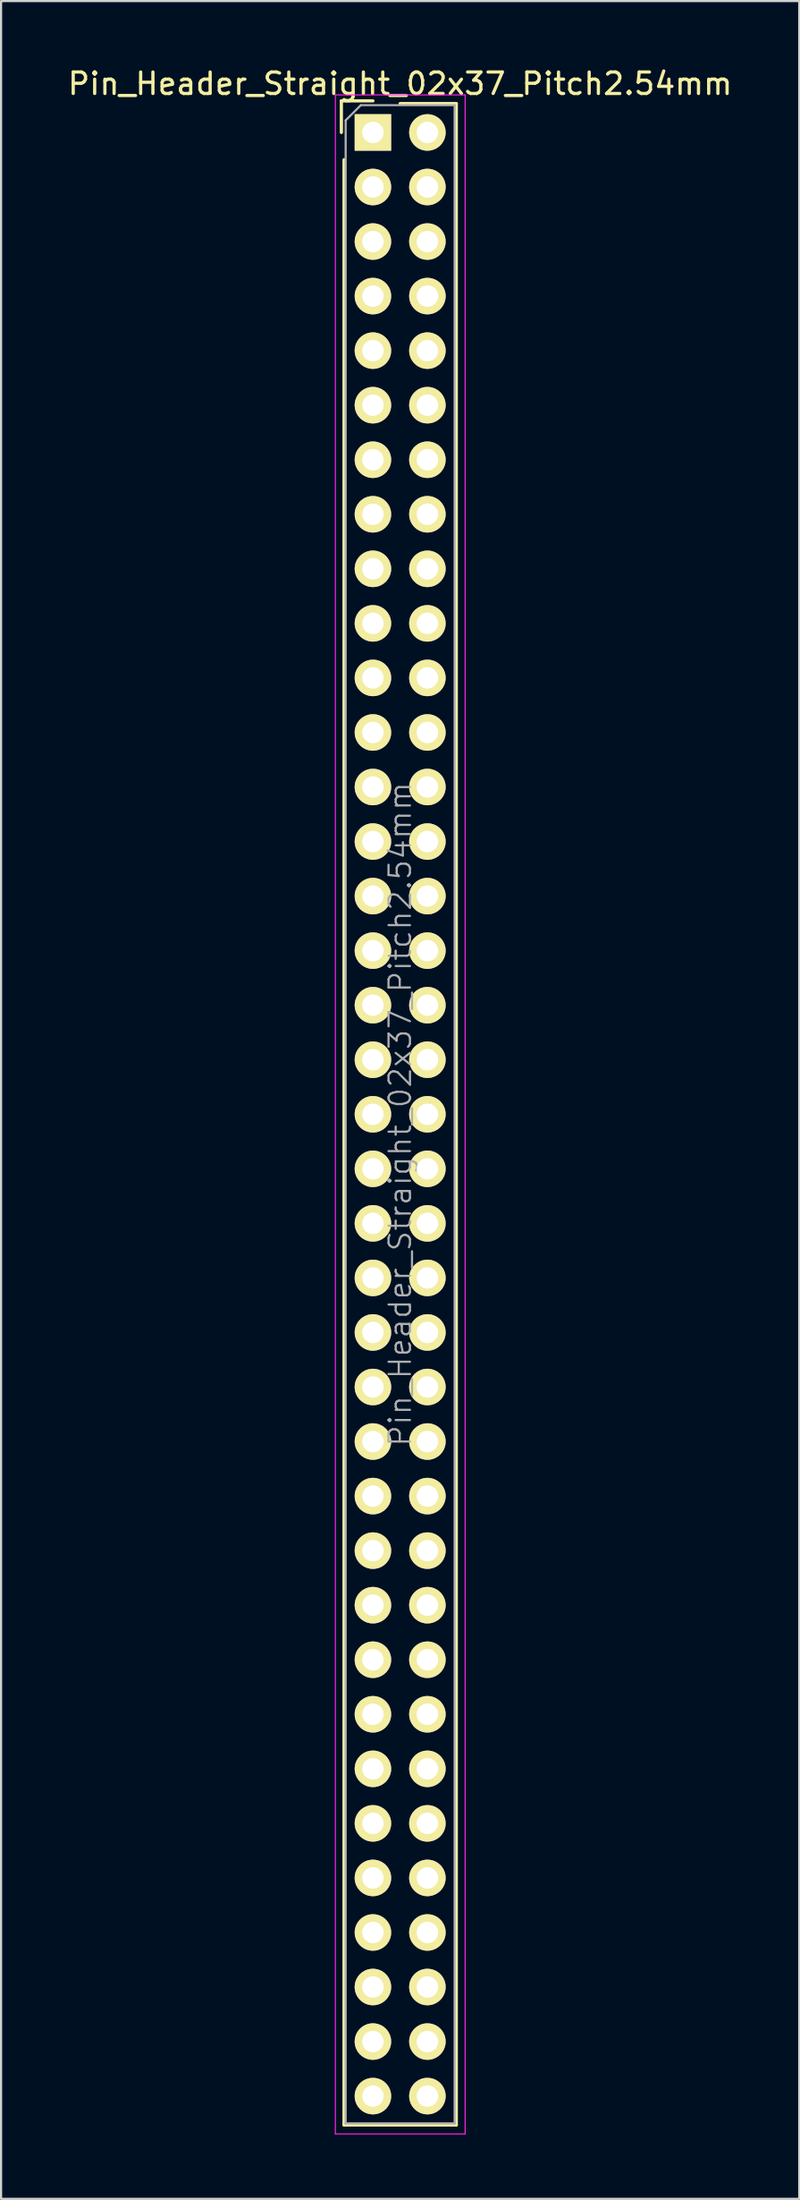
<source format=kicad_pcb>
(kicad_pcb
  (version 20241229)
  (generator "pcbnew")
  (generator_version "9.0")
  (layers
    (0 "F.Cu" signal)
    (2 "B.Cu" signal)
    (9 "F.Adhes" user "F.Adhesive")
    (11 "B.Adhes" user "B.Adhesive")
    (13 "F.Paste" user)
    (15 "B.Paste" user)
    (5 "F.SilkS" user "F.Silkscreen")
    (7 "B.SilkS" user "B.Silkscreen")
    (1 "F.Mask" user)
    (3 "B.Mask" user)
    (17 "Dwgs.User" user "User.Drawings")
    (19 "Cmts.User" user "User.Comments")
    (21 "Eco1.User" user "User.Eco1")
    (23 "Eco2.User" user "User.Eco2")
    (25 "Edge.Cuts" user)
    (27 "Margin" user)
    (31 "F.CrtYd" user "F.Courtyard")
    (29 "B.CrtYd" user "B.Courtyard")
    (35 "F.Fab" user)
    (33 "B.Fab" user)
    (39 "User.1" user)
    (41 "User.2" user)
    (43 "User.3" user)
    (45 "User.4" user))
  (footprint "Pin_Header_Straight_02x37_Pitch2.54mm"
    (layer "F.Cu")
    (at 14.331 3.118)
    (property "Reference" "Pin_Header_Straight_02x37_Pitch2.54mm" (at 1.27 -2.27 0) (layer "F.SilkS") (effects (font (size 1 1) (thickness 0.15))))
    (attr smd)
    (fp_line (start -1.47 -1.47) (end -1.47 0) (stroke (width 0.15) (type solid)) (layer "F.SilkS"))
    (fp_line (start -1.47 -1.47) (end 0 -1.47) (stroke (width 0.15) (type solid)) (layer "F.SilkS"))
    (fp_line (start -1.345 1.27) (end -1.345 92.785) (stroke (width 0.15) (type solid)) (layer "F.SilkS"))
    (fp_line (start -1.345 92.785) (end 3.885 92.785) (stroke (width 0.15) (type solid)) (layer "F.SilkS"))
    (fp_line (start 1.27 -1.345) (end 3.885 -1.345) (stroke (width 0.15) (type solid)) (layer "F.SilkS"))
    (fp_line (start 3.885 -1.345) (end 3.885 92.785) (stroke (width 0.15) (type solid)) (layer "F.SilkS"))
    (fp_line (start -1.75 -1.75) (end -1.75 93.2) (stroke (width 0.05) (type solid)) (layer "F.CrtYd"))
    (fp_line (start 4.3 -1.75) (end -1.75 -1.75) (stroke (width 0.05) (type solid)) (layer "F.CrtYd"))
    (fp_line (start 4.3 -1.75) (end 4.3 93.2) (stroke (width 0.05) (type solid)) (layer "F.CrtYd"))
    (fp_line (start 4.3 93.2) (end -1.75 93.2) (stroke (width 0.05) (type solid)) (layer "F.CrtYd"))
    (fp_line (start -1.27 -0.563) (end -0.563 -1.27) (stroke (width 0.1) (type solid)) (layer "F.Fab"))
    (fp_line (start -1.27 92.71) (end -1.27 -0.563) (stroke (width 0.1) (type solid)) (layer "F.Fab"))
    (fp_line (start 3.81 -1.27) (end -0.563 -1.27) (stroke (width 0.1) (type solid)) (layer "F.Fab"))
    (fp_line (start 3.81 92.71) (end -1.27 92.71) (stroke (width 0.1) (type solid)) (layer "F.Fab"))
    (fp_line (start 3.81 92.71) (end 3.81 -1.27) (stroke (width 0.1) (type solid)) (layer "F.Fab"))
    (fp_text user "${REFERENCE}" (at 1.27 45.72 90) (layer "F.Fab") (effects (font (size 1 1) (thickness 0.1))))
    (pad "1" thru_hole rect (at 0 0) (size 1.7 1.7) (drill 1) (layers "*.Cu" "*.Mask" "F.SilkS"))
    (pad "2" thru_hole oval (at 2.54 0) (size 1.7 1.7) (drill 1) (layers "*.Cu" "*.Mask" "F.SilkS"))
    (pad "3" thru_hole oval (at 0 2.54) (size 1.7 1.7) (drill 1) (layers "*.Cu" "*.Mask" "F.SilkS"))
    (pad "4" thru_hole oval (at 2.54 2.54) (size 1.7 1.7) (drill 1) (layers "*.Cu" "*.Mask" "F.SilkS"))
    (pad "5" thru_hole oval (at 0 5.08) (size 1.7 1.7) (drill 1) (layers "*.Cu" "*.Mask" "F.SilkS"))
    (pad "6" thru_hole oval (at 2.54 5.08) (size 1.7 1.7) (drill 1) (layers "*.Cu" "*.Mask" "F.SilkS"))
    (pad "7" thru_hole oval (at 0 7.62) (size 1.7 1.7) (drill 1) (layers "*.Cu" "*.Mask" "F.SilkS"))
    (pad "8" thru_hole oval (at 2.54 7.62) (size 1.7 1.7) (drill 1) (layers "*.Cu" "*.Mask" "F.SilkS"))
    (pad "9" thru_hole oval (at 0 10.16) (size 1.7 1.7) (drill 1) (layers "*.Cu" "*.Mask" "F.SilkS"))
    (pad "10" thru_hole oval (at 2.54 10.16) (size 1.7 1.7) (drill 1) (layers "*.Cu" "*.Mask" "F.SilkS"))
    (pad "11" thru_hole oval (at 0 12.7) (size 1.7 1.7) (drill 1) (layers "*.Cu" "*.Mask" "F.SilkS"))
    (pad "12" thru_hole oval (at 2.54 12.7) (size 1.7 1.7) (drill 1) (layers "*.Cu" "*.Mask" "F.SilkS"))
    (pad "13" thru_hole oval (at 0 15.24) (size 1.7 1.7) (drill 1) (layers "*.Cu" "*.Mask" "F.SilkS"))
    (pad "14" thru_hole oval (at 2.54 15.24) (size 1.7 1.7) (drill 1) (layers "*.Cu" "*.Mask" "F.SilkS"))
    (pad "15" thru_hole oval (at 0 17.78) (size 1.7 1.7) (drill 1) (layers "*.Cu" "*.Mask" "F.SilkS"))
    (pad "16" thru_hole oval (at 2.54 17.78) (size 1.7 1.7) (drill 1) (layers "*.Cu" "*.Mask" "F.SilkS"))
    (pad "17" thru_hole oval (at 0 20.32) (size 1.7 1.7) (drill 1) (layers "*.Cu" "*.Mask" "F.SilkS"))
    (pad "18" thru_hole oval (at 2.54 20.32) (size 1.7 1.7) (drill 1) (layers "*.Cu" "*.Mask" "F.SilkS"))
    (pad "19" thru_hole oval (at 0 22.86) (size 1.7 1.7) (drill 1) (layers "*.Cu" "*.Mask" "F.SilkS"))
    (pad "20" thru_hole oval (at 2.54 22.86) (size 1.7 1.7) (drill 1) (layers "*.Cu" "*.Mask" "F.SilkS"))
    (pad "21" thru_hole oval (at 0 25.4) (size 1.7 1.7) (drill 1) (layers "*.Cu" "*.Mask" "F.SilkS"))
    (pad "22" thru_hole oval (at 2.54 25.4) (size 1.7 1.7) (drill 1) (layers "*.Cu" "*.Mask" "F.SilkS"))
    (pad "23" thru_hole oval (at 0 27.94) (size 1.7 1.7) (drill 1) (layers "*.Cu" "*.Mask" "F.SilkS"))
    (pad "24" thru_hole oval (at 2.54 27.94) (size 1.7 1.7) (drill 1) (layers "*.Cu" "*.Mask" "F.SilkS"))
    (pad "25" thru_hole oval (at 0 30.48) (size 1.7 1.7) (drill 1) (layers "*.Cu" "*.Mask" "F.SilkS"))
    (pad "26" thru_hole oval (at 2.54 30.48) (size 1.7 1.7) (drill 1) (layers "*.Cu" "*.Mask" "F.SilkS"))
    (pad "27" thru_hole oval (at 0 33.02) (size 1.7 1.7) (drill 1) (layers "*.Cu" "*.Mask" "F.SilkS"))
    (pad "28" thru_hole oval (at 2.54 33.02) (size 1.7 1.7) (drill 1) (layers "*.Cu" "*.Mask" "F.SilkS"))
    (pad "29" thru_hole oval (at 0 35.56) (size 1.7 1.7) (drill 1) (layers "*.Cu" "*.Mask" "F.SilkS"))
    (pad "30" thru_hole oval (at 2.54 35.56) (size 1.7 1.7) (drill 1) (layers "*.Cu" "*.Mask" "F.SilkS"))
    (pad "31" thru_hole oval (at 0 38.1) (size 1.7 1.7) (drill 1) (layers "*.Cu" "*.Mask" "F.SilkS"))
    (pad "32" thru_hole oval (at 2.54 38.1) (size 1.7 1.7) (drill 1) (layers "*.Cu" "*.Mask" "F.SilkS"))
    (pad "33" thru_hole oval (at 0 40.64) (size 1.7 1.7) (drill 1) (layers "*.Cu" "*.Mask" "F.SilkS"))
    (pad "34" thru_hole oval (at 2.54 40.64) (size 1.7 1.7) (drill 1) (layers "*.Cu" "*.Mask" "F.SilkS"))
    (pad "35" thru_hole oval (at 0 43.18) (size 1.7 1.7) (drill 1) (layers "*.Cu" "*.Mask" "F.SilkS"))
    (pad "36" thru_hole oval (at 2.54 43.18) (size 1.7 1.7) (drill 1) (layers "*.Cu" "*.Mask" "F.SilkS"))
    (pad "37" thru_hole oval (at 0 45.72) (size 1.7 1.7) (drill 1) (layers "*.Cu" "*.Mask" "F.SilkS"))
    (pad "38" thru_hole oval (at 2.54 45.72) (size 1.7 1.7) (drill 1) (layers "*.Cu" "*.Mask" "F.SilkS"))
    (pad "39" thru_hole oval (at 0 48.26) (size 1.7 1.7) (drill 1) (layers "*.Cu" "*.Mask" "F.SilkS"))
    (pad "40" thru_hole oval (at 2.54 48.26) (size 1.7 1.7) (drill 1) (layers "*.Cu" "*.Mask" "F.SilkS"))
    (pad "41" thru_hole oval (at 0 50.8) (size 1.7 1.7) (drill 1) (layers "*.Cu" "*.Mask" "F.SilkS"))
    (pad "42" thru_hole oval (at 2.54 50.8) (size 1.7 1.7) (drill 1) (layers "*.Cu" "*.Mask" "F.SilkS"))
    (pad "43" thru_hole oval (at 0 53.34) (size 1.7 1.7) (drill 1) (layers "*.Cu" "*.Mask" "F.SilkS"))
    (pad "44" thru_hole oval (at 2.54 53.34) (size 1.7 1.7) (drill 1) (layers "*.Cu" "*.Mask" "F.SilkS"))
    (pad "45" thru_hole oval (at 0 55.88) (size 1.7 1.7) (drill 1) (layers "*.Cu" "*.Mask" "F.SilkS"))
    (pad "46" thru_hole oval (at 2.54 55.88) (size 1.7 1.7) (drill 1) (layers "*.Cu" "*.Mask" "F.SilkS"))
    (pad "47" thru_hole oval (at 0 58.42) (size 1.7 1.7) (drill 1) (layers "*.Cu" "*.Mask" "F.SilkS"))
    (pad "48" thru_hole oval (at 2.54 58.42) (size 1.7 1.7) (drill 1) (layers "*.Cu" "*.Mask" "F.SilkS"))
    (pad "49" thru_hole oval (at 0 60.96) (size 1.7 1.7) (drill 1) (layers "*.Cu" "*.Mask" "F.SilkS"))
    (pad "50" thru_hole oval (at 2.54 60.96) (size 1.7 1.7) (drill 1) (layers "*.Cu" "*.Mask" "F.SilkS"))
    (pad "51" thru_hole oval (at 0 63.5) (size 1.7 1.7) (drill 1) (layers "*.Cu" "*.Mask" "F.SilkS"))
    (pad "52" thru_hole oval (at 2.54 63.5) (size 1.7 1.7) (drill 1) (layers "*.Cu" "*.Mask" "F.SilkS"))
    (pad "53" thru_hole oval (at 0 66.04) (size 1.7 1.7) (drill 1) (layers "*.Cu" "*.Mask" "F.SilkS"))
    (pad "54" thru_hole oval (at 2.54 66.04) (size 1.7 1.7) (drill 1) (layers "*.Cu" "*.Mask" "F.SilkS"))
    (pad "55" thru_hole oval (at 0 68.58) (size 1.7 1.7) (drill 1) (layers "*.Cu" "*.Mask" "F.SilkS"))
    (pad "56" thru_hole oval (at 2.54 68.58) (size 1.7 1.7) (drill 1) (layers "*.Cu" "*.Mask" "F.SilkS"))
    (pad "57" thru_hole oval (at 0 71.12) (size 1.7 1.7) (drill 1) (layers "*.Cu" "*.Mask" "F.SilkS"))
    (pad "58" thru_hole oval (at 2.54 71.12) (size 1.7 1.7) (drill 1) (layers "*.Cu" "*.Mask" "F.SilkS"))
    (pad "59" thru_hole oval (at 0 73.66) (size 1.7 1.7) (drill 1) (layers "*.Cu" "*.Mask" "F.SilkS"))
    (pad "60" thru_hole oval (at 2.54 73.66) (size 1.7 1.7) (drill 1) (layers "*.Cu" "*.Mask" "F.SilkS"))
    (pad "61" thru_hole oval (at 0 76.2) (size 1.7 1.7) (drill 1) (layers "*.Cu" "*.Mask" "F.SilkS"))
    (pad "62" thru_hole oval (at 2.54 76.2) (size 1.7 1.7) (drill 1) (layers "*.Cu" "*.Mask" "F.SilkS"))
    (pad "63" thru_hole oval (at 0 78.74) (size 1.7 1.7) (drill 1) (layers "*.Cu" "*.Mask" "F.SilkS"))
    (pad "64" thru_hole oval (at 2.54 78.74) (size 1.7 1.7) (drill 1) (layers "*.Cu" "*.Mask" "F.SilkS"))
    (pad "65" thru_hole oval (at 0 81.28) (size 1.7 1.7) (drill 1) (layers "*.Cu" "*.Mask" "F.SilkS"))
    (pad "66" thru_hole oval (at 2.54 81.28) (size 1.7 1.7) (drill 1) (layers "*.Cu" "*.Mask" "F.SilkS"))
    (pad "67" thru_hole oval (at 0 83.82) (size 1.7 1.7) (drill 1) (layers "*.Cu" "*.Mask" "F.SilkS"))
    (pad "68" thru_hole oval (at 2.54 83.82) (size 1.7 1.7) (drill 1) (layers "*.Cu" "*.Mask" "F.SilkS"))
    (pad "69" thru_hole oval (at 0 86.36) (size 1.7 1.7) (drill 1) (layers "*.Cu" "*.Mask" "F.SilkS"))
    (pad "70" thru_hole oval (at 2.54 86.36) (size 1.7 1.7) (drill 1) (layers "*.Cu" "*.Mask" "F.SilkS"))
    (pad "71" thru_hole oval (at 0 88.9) (size 1.7 1.7) (drill 1) (layers "*.Cu" "*.Mask" "F.SilkS"))
    (pad "72" thru_hole oval (at 2.54 88.9) (size 1.7 1.7) (drill 1) (layers "*.Cu" "*.Mask" "F.SilkS"))
    (pad "73" thru_hole oval (at 0 91.44) (size 1.7 1.7) (drill 1) (layers "*.Cu" "*.Mask" "F.SilkS"))
    (pad "74" thru_hole oval (at 2.54 91.44) (size 1.7 1.7) (drill 1) (layers "*.Cu" "*.Mask" "F.SilkS")))
  (gr_rect
    (start -3 -3)
    (end 34.202 99.343)
    (stroke (width 0.1) (type default))
    (fill no)
    (layer "Edge.Cuts")))
</source>
